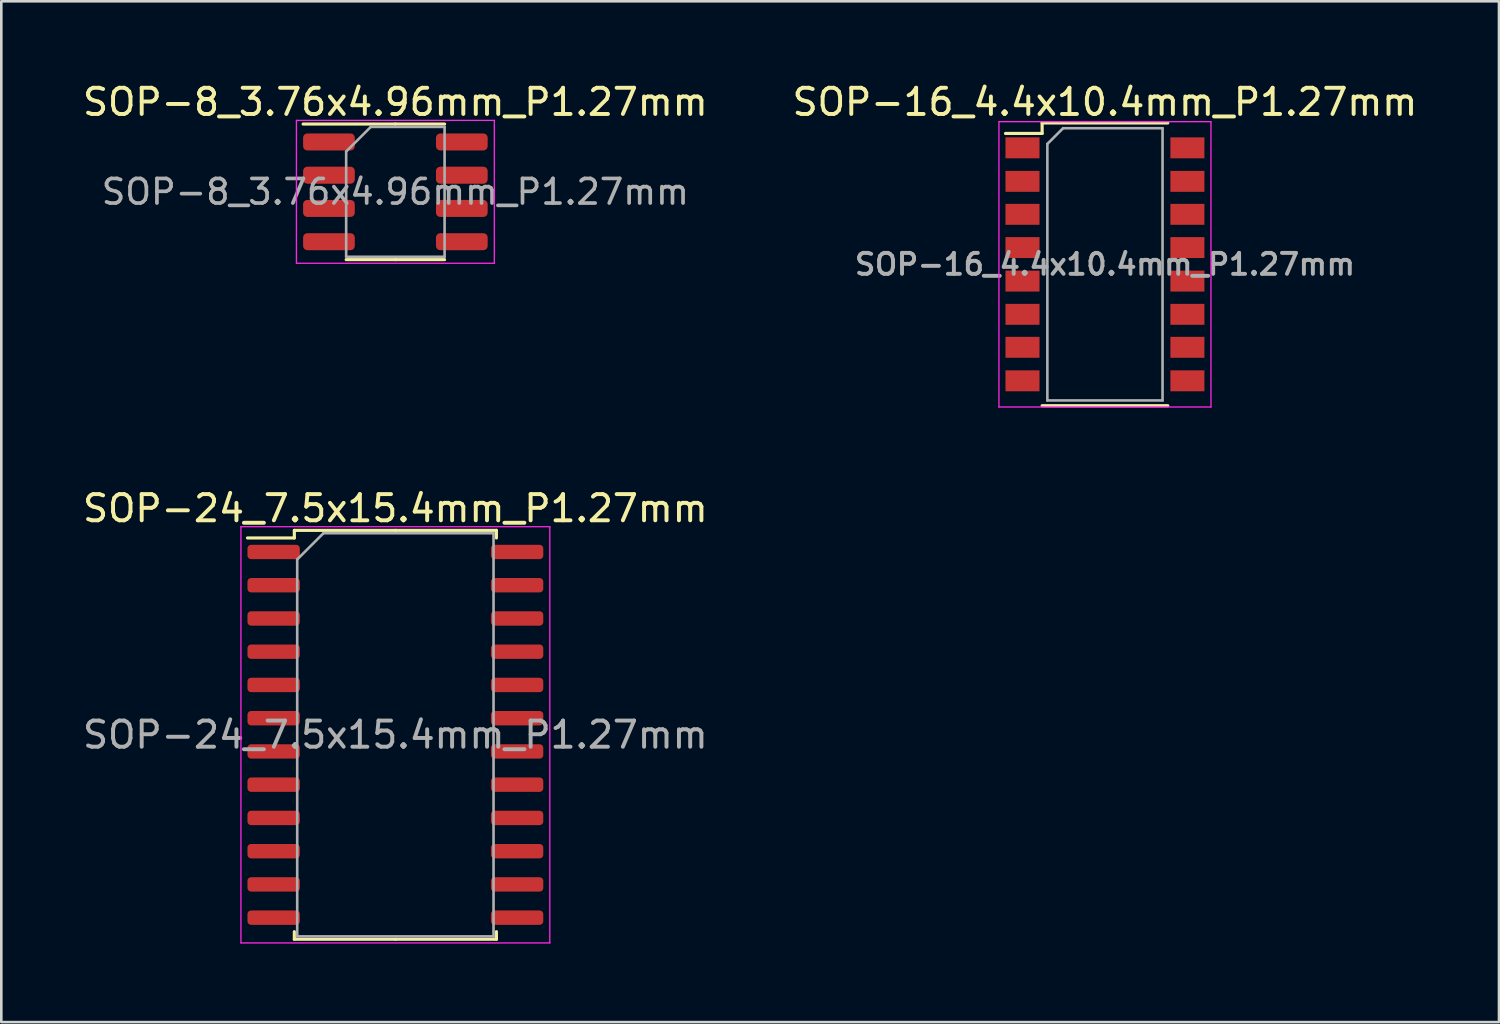
<source format=kicad_pcb>
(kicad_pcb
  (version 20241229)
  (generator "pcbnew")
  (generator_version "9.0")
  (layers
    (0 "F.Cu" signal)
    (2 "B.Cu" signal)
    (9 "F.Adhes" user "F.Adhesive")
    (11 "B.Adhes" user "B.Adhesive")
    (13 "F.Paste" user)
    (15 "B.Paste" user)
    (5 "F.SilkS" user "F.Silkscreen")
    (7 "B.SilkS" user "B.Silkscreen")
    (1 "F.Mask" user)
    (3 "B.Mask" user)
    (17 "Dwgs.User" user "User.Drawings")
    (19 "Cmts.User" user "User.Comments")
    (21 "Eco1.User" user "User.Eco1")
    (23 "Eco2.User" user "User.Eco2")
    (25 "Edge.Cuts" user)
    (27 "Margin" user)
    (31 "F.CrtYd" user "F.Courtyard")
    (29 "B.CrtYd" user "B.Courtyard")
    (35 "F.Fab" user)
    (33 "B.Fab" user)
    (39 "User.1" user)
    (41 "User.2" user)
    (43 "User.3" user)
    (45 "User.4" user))
  (footprint "SOP-24_7.5x15.4mm_P1.27mm"
    (layer "F.Cu")
    (at 12.054 25.021)
    (property "Reference" "SOP-24_7.5x15.4mm_P1.27mm" (at 0 -8.65 0) (layer "F.SilkS") (effects (font (size 1 1) (thickness 0.15))))
    (attr smd)
    (fp_line (start -3.86 -7.81) (end -3.86 -7.52) (stroke (width 0.12) (type solid)) (layer "F.SilkS"))
    (fp_line (start -3.86 -7.52) (end -5.65 -7.52) (stroke (width 0.12) (type solid)) (layer "F.SilkS"))
    (fp_line (start -3.86 7.81) (end -3.86 7.52) (stroke (width 0.12) (type solid)) (layer "F.SilkS"))
    (fp_line (start 0 -7.81) (end -3.86 -7.81) (stroke (width 0.12) (type solid)) (layer "F.SilkS"))
    (fp_line (start 0 -7.81) (end 3.86 -7.81) (stroke (width 0.12) (type solid)) (layer "F.SilkS"))
    (fp_line (start 0 7.81) (end -3.86 7.81) (stroke (width 0.12) (type solid)) (layer "F.SilkS"))
    (fp_line (start 0 7.81) (end 3.86 7.81) (stroke (width 0.12) (type solid)) (layer "F.SilkS"))
    (fp_line (start 3.86 -7.81) (end 3.86 -7.52) (stroke (width 0.12) (type solid)) (layer "F.SilkS"))
    (fp_line (start 3.86 7.81) (end 3.86 7.52) (stroke (width 0.12) (type solid)) (layer "F.SilkS"))
    (fp_line (start -5.9 -7.95) (end -5.9 7.95) (stroke (width 0.05) (type solid)) (layer "F.CrtYd"))
    (fp_line (start -5.9 7.95) (end 5.9 7.95) (stroke (width 0.05) (type solid)) (layer "F.CrtYd"))
    (fp_line (start 5.9 -7.95) (end -5.9 -7.95) (stroke (width 0.05) (type solid)) (layer "F.CrtYd"))
    (fp_line (start 5.9 7.95) (end 5.9 -7.95) (stroke (width 0.05) (type solid)) (layer "F.CrtYd"))
    (fp_line (start -3.75 -6.7) (end -2.75 -7.7) (stroke (width 0.1) (type solid)) (layer "F.Fab"))
    (fp_line (start -3.75 7.7) (end -3.75 -6.7) (stroke (width 0.1) (type solid)) (layer "F.Fab"))
    (fp_line (start -2.75 -7.7) (end 3.75 -7.7) (stroke (width 0.1) (type solid)) (layer "F.Fab"))
    (fp_line (start 3.75 -7.7) (end 3.75 7.7) (stroke (width 0.1) (type solid)) (layer "F.Fab"))
    (fp_line (start 3.75 7.7) (end -3.75 7.7) (stroke (width 0.1) (type solid)) (layer "F.Fab"))
    (fp_text user "${REFERENCE}" (at 0 0 0) (layer "F.Fab") (effects (font (size 1 1) (thickness 0.15))))
    (pad "1" smd roundrect (at -4.65 -6.985) (size 2 0.55) (layers "F.Cu" "F.Mask" "F.Paste") (roundrect_rratio 0.25))
    (pad "2" smd roundrect (at -4.65 -5.715) (size 2 0.55) (layers "F.Cu" "F.Mask" "F.Paste") (roundrect_rratio 0.25))
    (pad "3" smd roundrect (at -4.65 -4.445) (size 2 0.55) (layers "F.Cu" "F.Mask" "F.Paste") (roundrect_rratio 0.25))
    (pad "4" smd roundrect (at -4.65 -3.175) (size 2 0.55) (layers "F.Cu" "F.Mask" "F.Paste") (roundrect_rratio 0.25))
    (pad "5" smd roundrect (at -4.65 -1.905) (size 2 0.55) (layers "F.Cu" "F.Mask" "F.Paste") (roundrect_rratio 0.25))
    (pad "6" smd roundrect (at -4.65 -0.635) (size 2 0.55) (layers "F.Cu" "F.Mask" "F.Paste") (roundrect_rratio 0.25))
    (pad "7" smd roundrect (at -4.65 0.635) (size 2 0.55) (layers "F.Cu" "F.Mask" "F.Paste") (roundrect_rratio 0.25))
    (pad "8" smd roundrect (at -4.65 1.905) (size 2 0.55) (layers "F.Cu" "F.Mask" "F.Paste") (roundrect_rratio 0.25))
    (pad "9" smd roundrect (at -4.65 3.175) (size 2 0.55) (layers "F.Cu" "F.Mask" "F.Paste") (roundrect_rratio 0.25))
    (pad "10" smd roundrect (at -4.65 4.445) (size 2 0.55) (layers "F.Cu" "F.Mask" "F.Paste") (roundrect_rratio 0.25))
    (pad "11" smd roundrect (at -4.65 5.715) (size 2 0.55) (layers "F.Cu" "F.Mask" "F.Paste") (roundrect_rratio 0.25))
    (pad "12" smd roundrect (at -4.65 6.985) (size 2 0.55) (layers "F.Cu" "F.Mask" "F.Paste") (roundrect_rratio 0.25))
    (pad "13" smd roundrect (at 4.65 6.985) (size 2 0.55) (layers "F.Cu" "F.Mask" "F.Paste") (roundrect_rratio 0.25))
    (pad "14" smd roundrect (at 4.65 5.715) (size 2 0.55) (layers "F.Cu" "F.Mask" "F.Paste") (roundrect_rratio 0.25))
    (pad "15" smd roundrect (at 4.65 4.445) (size 2 0.55) (layers "F.Cu" "F.Mask" "F.Paste") (roundrect_rratio 0.25))
    (pad "16" smd roundrect (at 4.65 3.175) (size 2 0.55) (layers "F.Cu" "F.Mask" "F.Paste") (roundrect_rratio 0.25))
    (pad "17" smd roundrect (at 4.65 1.905) (size 2 0.55) (layers "F.Cu" "F.Mask" "F.Paste") (roundrect_rratio 0.25))
    (pad "18" smd roundrect (at 4.65 0.635) (size 2 0.55) (layers "F.Cu" "F.Mask" "F.Paste") (roundrect_rratio 0.25))
    (pad "19" smd roundrect (at 4.65 -0.635) (size 2 0.55) (layers "F.Cu" "F.Mask" "F.Paste") (roundrect_rratio 0.25))
    (pad "20" smd roundrect (at 4.65 -1.905) (size 2 0.55) (layers "F.Cu" "F.Mask" "F.Paste") (roundrect_rratio 0.25))
    (pad "21" smd roundrect (at 4.65 -3.175) (size 2 0.55) (layers "F.Cu" "F.Mask" "F.Paste") (roundrect_rratio 0.25))
    (pad "22" smd roundrect (at 4.65 -4.445) (size 2 0.55) (layers "F.Cu" "F.Mask" "F.Paste") (roundrect_rratio 0.25))
    (pad "23" smd roundrect (at 4.65 -5.715) (size 2 0.55) (layers "F.Cu" "F.Mask" "F.Paste") (roundrect_rratio 0.25))
    (pad "24" smd roundrect (at 4.65 -6.985) (size 2 0.55) (layers "F.Cu" "F.Mask" "F.Paste") (roundrect_rratio 0.25)))
  (footprint "SOP-8_3.76x4.96mm_P1.27mm"
    (layer "F.Cu")
    (at 12.054 4.278)
    (property "Reference" "SOP-8_3.76x4.96mm_P1.27mm" (at 0 -3.43 0) (layer "F.SilkS") (effects (font (size 1 1) (thickness 0.15))))
    (attr smd)
    (fp_line (start 0 -2.59) (end -3.525 -2.59) (stroke (width 0.12) (type solid)) (layer "F.SilkS"))
    (fp_line (start 0 -2.59) (end 1.88 -2.59) (stroke (width 0.12) (type solid)) (layer "F.SilkS"))
    (fp_line (start 0 2.59) (end -1.88 2.59) (stroke (width 0.12) (type solid)) (layer "F.SilkS"))
    (fp_line (start 0 2.59) (end 1.88 2.59) (stroke (width 0.12) (type solid)) (layer "F.SilkS"))
    (fp_line (start -3.78 -2.73) (end -3.78 2.73) (stroke (width 0.05) (type solid)) (layer "F.CrtYd"))
    (fp_line (start -3.78 2.73) (end 3.78 2.73) (stroke (width 0.05) (type solid)) (layer "F.CrtYd"))
    (fp_line (start 3.78 -2.73) (end -3.78 -2.73) (stroke (width 0.05) (type solid)) (layer "F.CrtYd"))
    (fp_line (start 3.78 2.73) (end 3.78 -2.73) (stroke (width 0.05) (type solid)) (layer "F.CrtYd"))
    (fp_line (start -1.88 -1.54) (end -0.94 -2.48) (stroke (width 0.1) (type solid)) (layer "F.Fab"))
    (fp_line (start -1.88 2.48) (end -1.88 -1.54) (stroke (width 0.1) (type solid)) (layer "F.Fab"))
    (fp_line (start -0.94 -2.48) (end 1.88 -2.48) (stroke (width 0.1) (type solid)) (layer "F.Fab"))
    (fp_line (start 1.88 -2.48) (end 1.88 2.48) (stroke (width 0.1) (type solid)) (layer "F.Fab"))
    (fp_line (start 1.88 2.48) (end -1.88 2.48) (stroke (width 0.1) (type solid)) (layer "F.Fab"))
    (fp_text user "${REFERENCE}" (at 0 0 0) (layer "F.Fab") (effects (font (size 0.94 0.94) (thickness 0.14))))
    (pad "1" smd roundrect (at -2.538 -1.905) (size 1.975 0.65) (layers "F.Cu" "F.Mask" "F.Paste") (roundrect_rratio 0.25))
    (pad "2" smd roundrect (at -2.538 -0.635) (size 1.975 0.65) (layers "F.Cu" "F.Mask" "F.Paste") (roundrect_rratio 0.25))
    (pad "3" smd roundrect (at -2.538 0.635) (size 1.975 0.65) (layers "F.Cu" "F.Mask" "F.Paste") (roundrect_rratio 0.25))
    (pad "4" smd roundrect (at -2.538 1.905) (size 1.975 0.65) (layers "F.Cu" "F.Mask" "F.Paste") (roundrect_rratio 0.25))
    (pad "5" smd roundrect (at 2.538 1.905) (size 1.975 0.65) (layers "F.Cu" "F.Mask" "F.Paste") (roundrect_rratio 0.25))
    (pad "6" smd roundrect (at 2.538 0.635) (size 1.975 0.65) (layers "F.Cu" "F.Mask" "F.Paste") (roundrect_rratio 0.25))
    (pad "7" smd roundrect (at 2.538 -0.635) (size 1.975 0.65) (layers "F.Cu" "F.Mask" "F.Paste") (roundrect_rratio 0.25))
    (pad "8" smd roundrect (at 2.538 -1.905) (size 1.975 0.65) (layers "F.Cu" "F.Mask" "F.Paste") (roundrect_rratio 0.25)))
  (footprint "SOP-16_4.4x10.4mm_P1.27mm"
    (layer "F.Cu")
    (at 39.161 7.048)
    (property "Reference" "SOP-16_4.4x10.4mm_P1.27mm" (at 0 -6.2 0) (layer "F.SilkS") (effects (font (size 1 1) (thickness 0.15))))
    (attr smd)
    (fp_line (start -2.4 -5.4) (end -2.4 -5) (stroke (width 0.12) (type solid)) (layer "F.SilkS"))
    (fp_line (start -2.4 -5.4) (end 2.4 -5.4) (stroke (width 0.12) (type solid)) (layer "F.SilkS"))
    (fp_line (start -2.4 -5) (end -3.8 -5) (stroke (width 0.12) (type solid)) (layer "F.SilkS"))
    (fp_line (start -2.4 5.4) (end 2.4 5.4) (stroke (width 0.12) (type solid)) (layer "F.SilkS"))
    (fp_line (start -4.05 -5.45) (end -4.05 5.45) (stroke (width 0.05) (type solid)) (layer "F.CrtYd"))
    (fp_line (start -4.05 -5.45) (end 4.05 -5.45) (stroke (width 0.05) (type solid)) (layer "F.CrtYd"))
    (fp_line (start 4.05 5.45) (end -4.05 5.45) (stroke (width 0.05) (type solid)) (layer "F.CrtYd"))
    (fp_line (start 4.05 5.45) (end 4.05 -5.45) (stroke (width 0.05) (type solid)) (layer "F.CrtYd"))
    (fp_line (start -2.2 -4.6) (end -1.6 -5.2) (stroke (width 0.1) (type solid)) (layer "F.Fab"))
    (fp_line (start -2.2 5.2) (end -2.2 -4.6) (stroke (width 0.1) (type solid)) (layer "F.Fab"))
    (fp_line (start -1.6 -5.2) (end 2.2 -5.2) (stroke (width 0.1) (type solid)) (layer "F.Fab"))
    (fp_line (start 2.2 -5.2) (end 2.2 5.2) (stroke (width 0.1) (type solid)) (layer "F.Fab"))
    (fp_line (start 2.2 5.2) (end -2.2 5.2) (stroke (width 0.1) (type solid)) (layer "F.Fab"))
    (fp_text user "${REFERENCE}" (at 0 0 0) (layer "F.Fab") (effects (font (size 0.8 0.8) (thickness 0.15))))
    (pad "1" smd rect (at -3.15 -4.45) (size 1.3 0.8) (layers "F.Cu" "F.Mask" "F.Paste"))
    (pad "2" smd rect (at -3.15 -3.17) (size 1.3 0.8) (layers "F.Cu" "F.Mask" "F.Paste"))
    (pad "3" smd rect (at -3.15 -1.91) (size 1.3 0.8) (layers "F.Cu" "F.Mask" "F.Paste"))
    (pad "4" smd rect (at -3.15 -0.64) (size 1.3 0.8) (layers "F.Cu" "F.Mask" "F.Paste"))
    (pad "5" smd rect (at -3.15 0.64) (size 1.3 0.8) (layers "F.Cu" "F.Mask" "F.Paste"))
    (pad "6" smd rect (at -3.15 1.91) (size 1.3 0.8) (layers "F.Cu" "F.Mask" "F.Paste"))
    (pad "7" smd rect (at -3.15 3.17) (size 1.3 0.8) (layers "F.Cu" "F.Mask" "F.Paste"))
    (pad "8" smd rect (at -3.15 4.45) (size 1.3 0.8) (layers "F.Cu" "F.Mask" "F.Paste"))
    (pad "9" smd rect (at 3.15 4.45) (size 1.3 0.8) (layers "F.Cu" "F.Mask" "F.Paste"))
    (pad "10" smd rect (at 3.15 3.17) (size 1.3 0.8) (layers "F.Cu" "F.Mask" "F.Paste"))
    (pad "11" smd rect (at 3.15 1.91) (size 1.3 0.8) (layers "F.Cu" "F.Mask" "F.Paste"))
    (pad "12" smd rect (at 3.15 0.64) (size 1.3 0.8) (layers "F.Cu" "F.Mask" "F.Paste"))
    (pad "13" smd rect (at 3.15 -0.64) (size 1.3 0.8) (layers "F.Cu" "F.Mask" "F.Paste"))
    (pad "14" smd rect (at 3.15 -1.91) (size 1.3 0.8) (layers "F.Cu" "F.Mask" "F.Paste"))
    (pad "15" smd rect (at 3.15 -3.17) (size 1.3 0.8) (layers "F.Cu" "F.Mask" "F.Paste"))
    (pad "16" smd rect (at 3.15 -4.45) (size 1.3 0.8) (layers "F.Cu" "F.Mask" "F.Paste")))
  (gr_rect
    (start -3 -3)
    (end 54.214 35.996)
    (stroke (width 0.1) (type default))
    (fill no)
    (layer "Edge.Cuts")))
</source>
